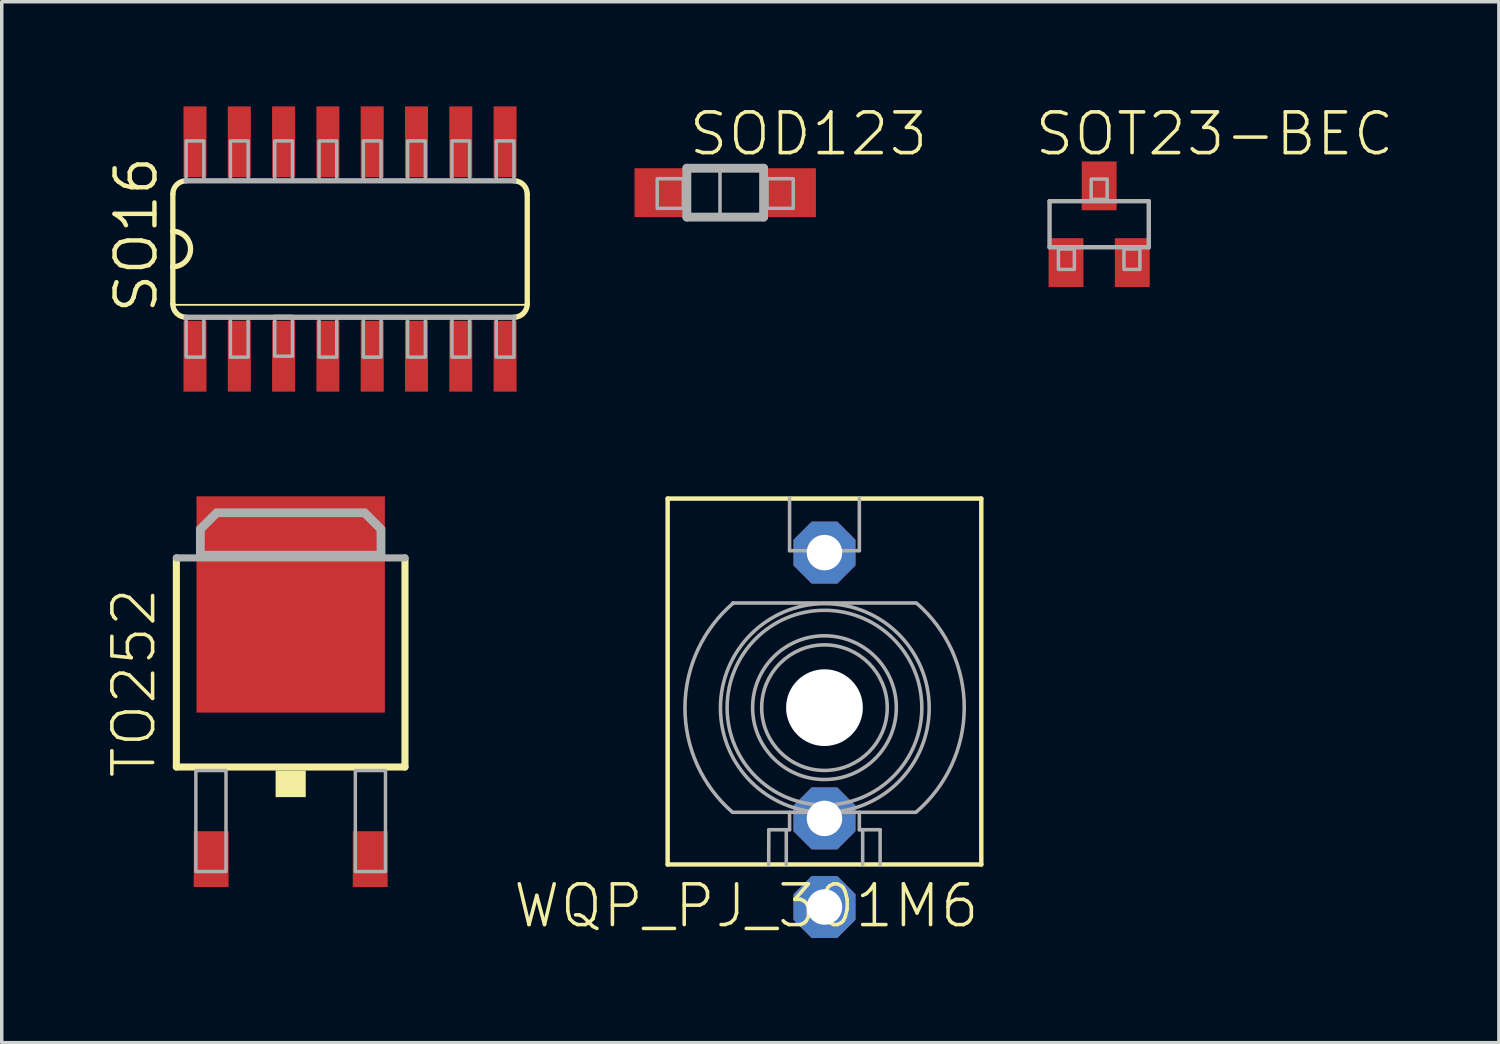
<source format=kicad_pcb>
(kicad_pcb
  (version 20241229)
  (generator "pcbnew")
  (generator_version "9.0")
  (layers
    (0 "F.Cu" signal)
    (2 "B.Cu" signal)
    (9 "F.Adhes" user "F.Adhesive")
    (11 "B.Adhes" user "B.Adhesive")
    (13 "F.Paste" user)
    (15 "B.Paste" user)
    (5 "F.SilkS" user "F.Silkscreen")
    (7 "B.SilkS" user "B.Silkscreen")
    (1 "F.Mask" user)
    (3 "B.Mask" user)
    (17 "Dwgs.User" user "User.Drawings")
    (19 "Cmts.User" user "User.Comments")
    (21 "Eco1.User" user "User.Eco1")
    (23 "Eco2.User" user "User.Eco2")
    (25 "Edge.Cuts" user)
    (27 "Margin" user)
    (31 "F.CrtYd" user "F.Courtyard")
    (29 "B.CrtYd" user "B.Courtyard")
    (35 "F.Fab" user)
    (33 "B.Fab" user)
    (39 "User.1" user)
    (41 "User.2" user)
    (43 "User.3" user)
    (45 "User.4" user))
  (footprint "SOD123"
    (layer "F.Cu")
    (at 17.741 2.473)
    (property "Reference" "SOD123" (at -1.1 -1 0) (layer "F.SilkS") (effects (font (size 1.168 1.168) (thickness 0.102)) (justify left bottom)))
    (fp_line (start -1.1 -0.7) (end 1.1 -0.7) (stroke (width 0.254) (type solid)) (layer "F.Fab"))
    (fp_line (start -1.1 0.7) (end -1.1 -0.7) (stroke (width 0.254) (type solid)) (layer "F.Fab"))
    (fp_line (start 1.1 -0.7) (end 1.1 0.7) (stroke (width 0.254) (type solid)) (layer "F.Fab"))
    (fp_line (start 1.1 0.7) (end -1.1 0.7) (stroke (width 0.254) (type solid)) (layer "F.Fab"))
    (fp_poly (pts (xy -1.95 0.45) (xy -1.2 0.45) (xy -1.2 -0.4) (xy -1.95 -0.4)) (stroke (width 0.1) (type solid)) (fill no) (layer "F.Fab"))
    (fp_poly (pts (xy -1.05 0.65) (xy -0.15 0.65) (xy -0.15 -0.7) (xy -1.05 -0.7)) (stroke (width 0.1) (type solid)) (fill no) (layer "F.Fab"))
    (fp_poly (pts (xy 1.2 0.45) (xy 1.95 0.45) (xy 1.95 -0.4) (xy 1.2 -0.4)) (stroke (width 0.1) (type solid)) (fill no) (layer "F.Fab"))
    (pad "A" smd rect (at 1.9 0) (size 1.4 1.4) (layers "F.Cu" "F.Mask" "F.Paste"))
    (pad "C" smd rect (at -1.9 0) (size 1.4 1.4) (layers "F.Cu" "F.Mask" "F.Paste")))
  (footprint "SOT23-BEC"
    (layer "F.Cu")
    (at 28.461 3.378)
    (property "Reference" "SOT23-BEC" (at -1.905 -1.905 0) (layer "F.SilkS") (effects (font (size 1.168 1.168) (thickness 0.102)) (justify left bottom)))
    (fp_line (start -1.422 -0.66) (end 1.422 -0.66) (stroke (width 0.127) (type solid)) (layer "F.Fab"))
    (fp_line (start -1.422 0.66) (end -1.422 -0.66) (stroke (width 0.127) (type solid)) (layer "F.Fab"))
    (fp_line (start 1.422 -0.66) (end 1.422 0.66) (stroke (width 0.127) (type solid)) (layer "F.Fab"))
    (fp_line (start 1.422 0.66) (end -1.422 0.66) (stroke (width 0.127) (type solid)) (layer "F.Fab"))
    (fp_poly (pts (xy -1.168 1.295) (xy -0.711 1.295) (xy -0.711 0.711) (xy -1.168 0.711)) (stroke (width 0.1) (type solid)) (fill no) (layer "F.Fab"))
    (fp_poly (pts (xy -0.229 -0.711) (xy 0.229 -0.711) (xy 0.229 -1.295) (xy -0.229 -1.295)) (stroke (width 0.1) (type solid)) (fill no) (layer "F.Fab"))
    (fp_poly (pts (xy 0.711 1.295) (xy 1.168 1.295) (xy 1.168 0.711) (xy 0.711 0.711)) (stroke (width 0.1) (type solid)) (fill no) (layer "F.Fab"))
    (pad "B" smd rect (at -0.95 1.1) (size 1 1.4) (layers "F.Cu" "F.Mask" "F.Paste"))
    (pad "C" smd rect (at 0 -1.1) (size 1 1.4) (layers "F.Cu" "F.Mask" "F.Paste"))
    (pad "E" smd rect (at 0.95 1.1) (size 1 1.4) (layers "F.Cu" "F.Mask" "F.Paste")))
  (footprint "WQP_PJ_301M6"
    (layer "F.Cu")
    (at 20.586 17.237)
    (property "Reference" "WQP_PJ_301M6" (at 4.5 5 0) (layer "F.SilkS") (effects (font (size 1.168 1.168) (thickness 0.102)) (justify right top)))
    (fp_line (start -4.496 -5.994) (end 4.496 -5.994) (stroke (width 0.127) (type solid)) (layer "F.SilkS"))
    (fp_line (start -4.496 4.496) (end -4.496 -5.994) (stroke (width 0.127) (type solid)) (layer "F.SilkS"))
    (fp_line (start 4.496 -5.994) (end 4.496 4.496) (stroke (width 0.127) (type solid)) (layer "F.SilkS"))
    (fp_line (start 4.496 4.496) (end -4.496 4.496) (stroke (width 0.127) (type solid)) (layer "F.SilkS"))
    (fp_line (start -2.631 -3) (end 2.62 -3) (stroke (width 0.102) (type solid)) (layer "F.Fab"))
    (fp_line (start -2.631 3) (end 2.62 3) (stroke (width 0.102) (type solid)) (layer "F.Fab"))
    (fp_line (start -1.6 4.496) (end -1.595 3.5) (stroke (width 0.102) (type solid)) (layer "F.Fab"))
    (fp_line (start -1.595 3.5) (end -1.095 3.5) (stroke (width 0.102) (type solid)) (layer "F.Fab"))
    (fp_line (start -1.095 3.5) (end -1.095 4.5) (stroke (width 0.102) (type solid)) (layer "F.Fab"))
    (fp_line (start -1.095 3.5) (end -1 3.5) (stroke (width 0.102) (type solid)) (layer "F.Fab"))
    (fp_line (start -1 -4.5) (end -1 -6) (stroke (width 0.102) (type solid)) (layer "F.Fab"))
    (fp_line (start -1 0) (end 1 0) (stroke (width 0.102) (type solid)) (layer "F.Fab"))
    (fp_line (start -1 3.5) (end -1 3) (stroke (width 0.102) (type solid)) (layer "F.Fab"))
    (fp_line (start 0 -1) (end 0 1) (stroke (width 0.102) (type solid)) (layer "F.Fab"))
    (fp_line (start 1 -6) (end 1 -4.5) (stroke (width 0.102) (type solid)) (layer "F.Fab"))
    (fp_line (start 1 -4.5) (end -1 -4.5) (stroke (width 0.102) (type solid)) (layer "F.Fab"))
    (fp_line (start 1 3) (end 1 3.5) (stroke (width 0.102) (type solid)) (layer "F.Fab"))
    (fp_line (start 1 3.5) (end 1.095 3.5) (stroke (width 0.102) (type solid)) (layer "F.Fab"))
    (fp_line (start 1.095 3.5) (end 1.095 4.5) (stroke (width 0.102) (type solid)) (layer "F.Fab"))
    (fp_line (start 1.095 3.5) (end 1.595 3.5) (stroke (width 0.102) (type solid)) (layer "F.Fab"))
    (fp_line (start 1.595 3.5) (end 1.595 4.5) (stroke (width 0.102) (type solid)) (layer "F.Fab"))
    (fp_arc (start -2.641998 2.994) (mid -3.999529 -0.012791) (end -2.608 -3.004) (stroke (width 0.1016) (type solid)) (layer "F.Fab"))
    (fp_arc (start 2.642 -2.994) (mid 4.007235 0.003208) (end 2.628 2.994) (stroke (width 0.1016) (type solid)) (layer "F.Fab"))
    (fp_circle (center 0 0) (end 1.8 0) (stroke (width 0.102) (type solid)) (fill no) (layer "F.Fab"))
    (fp_circle (center 0 0) (end 2.06 0) (stroke (width 0.102) (type solid)) (fill no) (layer "F.Fab"))
    (fp_circle (center 0 0) (end 2.791 0) (stroke (width 0.102) (type solid)) (fill no) (layer "F.Fab"))
    (fp_circle (center 0.01 0.01) (end 3.002 0.01) (stroke (width 0.102) (type solid)) (fill no) (layer "F.Fab"))
    (pad "" np_thru_hole circle (at 0 0) (size 2.2 2.2) (drill 2.2) (layers "*.Cu" "*.Mask"))
    (pad "P1" thru_hole roundrect (at 0 5.715) (size 1.778 1.778) (drill 1.016) (layers "*.Cu" "*.Mask") (roundrect_rratio 0.25) (chamfer_ratio 0.293) (chamfer top_left top_right bottom_left bottom_right))
    (pad "P2" thru_hole roundrect (at 0 3.175) (size 1.778 1.778) (drill 1.016) (layers "*.Cu" "*.Mask") (roundrect_rratio 0.25) (chamfer_ratio 0.293) (chamfer top_left top_right bottom_left bottom_right))
    (pad "P3" thru_hole roundrect (at 0 -4.445) (size 1.778 1.778) (drill 1.016) (layers "*.Cu" "*.Mask") (roundrect_rratio 0.25) (chamfer_ratio 0.293) (chamfer top_left top_right bottom_left bottom_right)))
  (footprint "TO252"
    (layer "F.Cu")
    (at 5.283 16.779)
    (property "Reference" "TO252" (at -3.81 2.54 90) (layer "F.SilkS") (effects (font (size 1.168 1.168) (thickness 0.102)) (justify left bottom)))
    (fp_line (start -3.277 2.159) (end -3.277 -3.835) (stroke (width 0.203) (type solid)) (layer "F.SilkS"))
    (fp_line (start 3.277 -3.835) (end 3.277 2.159) (stroke (width 0.203) (type solid)) (layer "F.SilkS"))
    (fp_line (start 3.277 2.159) (end -3.277 2.159) (stroke (width 0.203) (type solid)) (layer "F.SilkS"))
    (fp_poly (pts (xy -0.432 3.023) (xy 0.432 3.023) (xy 0.432 2.261) (xy -0.432 2.261)) (stroke (width 0) (type solid)) (fill yes) (layer "F.SilkS"))
    (fp_line (start -3.277 -3.835) (end 3.277 -3.835) (stroke (width 0.203) (type solid)) (layer "F.Fab"))
    (fp_line (start -2.565 -4.648) (end -2.108 -5.105) (stroke (width 0.203) (type solid)) (layer "F.Fab"))
    (fp_line (start -2.565 -3.937) (end -2.565 -4.648) (stroke (width 0.203) (type solid)) (layer "F.Fab"))
    (fp_line (start -2.108 -5.105) (end 2.108 -5.105) (stroke (width 0.203) (type solid)) (layer "F.Fab"))
    (fp_line (start 2.108 -5.105) (end 2.565 -4.648) (stroke (width 0.203) (type solid)) (layer "F.Fab"))
    (fp_line (start 2.565 -4.648) (end 2.565 -3.937) (stroke (width 0.203) (type solid)) (layer "F.Fab"))
    (fp_line (start 2.565 -3.937) (end -2.565 -3.937) (stroke (width 0.203) (type solid)) (layer "F.Fab"))
    (fp_poly (pts (xy -2.718 5.156) (xy -1.854 5.156) (xy -1.854 2.261) (xy -2.718 2.261)) (stroke (width 0.1) (type solid)) (fill no) (layer "F.Fab"))
    (fp_poly (pts (xy 1.854 5.156) (xy 2.718 5.156) (xy 2.718 2.261) (xy 1.854 2.261)) (stroke (width 0.1) (type solid)) (fill no) (layer "F.Fab"))
    (fp_poly (pts (xy 2.665 -4.69) (xy 2.665 -3.837) (xy -2.665 -3.837) (xy -2.665 -4.69) (xy -2.15 -5.205) (xy 2.15 -5.205)) (stroke (width 0.1) (type solid)) (fill no) (layer "F.Fab"))
    (pad "1" smd rect (at -2.28 4.8) (size 1 1.6) (layers "F.Cu" "F.Mask" "F.Paste"))
    (pad "2" smd rect (at 2.28 4.8) (size 1 1.6) (layers "F.Cu" "F.Mask" "F.Paste"))
    (pad "3" smd rect (at 0 -2.5) (size 5.4 6.2) (layers "F.Cu" "F.Mask" "F.Paste")))
  (footprint "SO16"
    (layer "F.Cu")
    (at 6.985 4.089)
    (property "Reference" "SO16" (at -5.461 1.905 90) (layer "F.SilkS") (effects (font (size 1.143 1.143) (thickness 0.127)) (justify left bottom)))
    (fp_line (start -5.08 -1.575) (end -5.08 -0.508) (stroke (width 0.152) (type solid)) (layer "F.SilkS"))
    (fp_line (start -5.08 -0.508) (end -5.08 0.508) (stroke (width 0.152) (type solid)) (layer "F.SilkS"))
    (fp_line (start -5.08 0.508) (end -5.08 1.575) (stroke (width 0.152) (type solid)) (layer "F.SilkS"))
    (fp_line (start -5.08 1.6) (end 5.08 1.6) (stroke (width 0.051) (type solid)) (layer "F.SilkS"))
    (fp_line (start 5.08 1.575) (end 5.08 -1.575) (stroke (width 0.152) (type solid)) (layer "F.SilkS"))
    (fp_arc (start -5.08 -1.5748) (mid -4.968408 -1.844208) (end -4.699 -1.9558) (stroke (width 0.1524) (type solid)) (layer "F.SilkS"))
    (fp_arc (start -5.08 -0.508) (mid -4.572 0) (end -5.08 0.508) (stroke (width 0.1524) (type solid)) (layer "F.SilkS"))
    (fp_arc (start -4.699 1.9558) (mid -4.968408 1.844208) (end -5.08 1.5748) (stroke (width 0.1524) (type solid)) (layer "F.SilkS"))
    (fp_arc (start 4.699 -1.9558) (mid 4.968408 -1.844208) (end 5.08 -1.5748) (stroke (width 0.1524) (type solid)) (layer "F.SilkS"))
    (fp_arc (start 5.08 1.5748) (mid 4.968408 1.844208) (end 4.699 1.9558) (stroke (width 0.1524) (type solid)) (layer "F.SilkS"))
    (fp_line (start -4.699 1.956) (end 4.699 1.956) (stroke (width 0.152) (type solid)) (layer "F.Fab"))
    (fp_line (start 4.699 -1.956) (end -4.699 -1.956) (stroke (width 0.152) (type solid)) (layer "F.Fab"))
    (fp_poly (pts (xy -4.699 -1.956) (xy -4.191 -1.956) (xy -4.191 -3.099) (xy -4.699 -3.099)) (stroke (width 0.1) (type solid)) (fill no) (layer "F.Fab"))
    (fp_poly (pts (xy -4.699 3.099) (xy -4.191 3.099) (xy -4.191 1.956) (xy -4.699 1.956)) (stroke (width 0.1) (type solid)) (fill no) (layer "F.Fab"))
    (fp_poly (pts (xy -3.429 -1.956) (xy -2.921 -1.956) (xy -2.921 -3.099) (xy -3.429 -3.099)) (stroke (width 0.1) (type solid)) (fill no) (layer "F.Fab"))
    (fp_poly (pts (xy -3.429 3.099) (xy -2.921 3.099) (xy -2.921 1.956) (xy -3.429 1.956)) (stroke (width 0.1) (type solid)) (fill no) (layer "F.Fab"))
    (fp_poly (pts (xy -2.159 -1.956) (xy -1.651 -1.956) (xy -1.651 -3.099) (xy -2.159 -3.099)) (stroke (width 0.1) (type solid)) (fill no) (layer "F.Fab"))
    (fp_poly (pts (xy -2.159 3.073) (xy -1.651 3.073) (xy -1.651 1.93) (xy -2.159 1.93)) (stroke (width 0.1) (type solid)) (fill no) (layer "F.Fab"))
    (fp_poly (pts (xy -0.889 -1.956) (xy -0.381 -1.956) (xy -0.381 -3.099) (xy -0.889 -3.099)) (stroke (width 0.1) (type solid)) (fill no) (layer "F.Fab"))
    (fp_poly (pts (xy -0.889 3.099) (xy -0.381 3.099) (xy -0.381 1.956) (xy -0.889 1.956)) (stroke (width 0.1) (type solid)) (fill no) (layer "F.Fab"))
    (fp_poly (pts (xy 0.381 -1.956) (xy 0.889 -1.956) (xy 0.889 -3.099) (xy 0.381 -3.099)) (stroke (width 0.1) (type solid)) (fill no) (layer "F.Fab"))
    (fp_poly (pts (xy 0.381 3.099) (xy 0.889 3.099) (xy 0.889 1.956) (xy 0.381 1.956)) (stroke (width 0.1) (type solid)) (fill no) (layer "F.Fab"))
    (fp_poly (pts (xy 1.651 -1.956) (xy 2.159 -1.956) (xy 2.159 -3.099) (xy 1.651 -3.099)) (stroke (width 0.1) (type solid)) (fill no) (layer "F.Fab"))
    (fp_poly (pts (xy 1.651 3.099) (xy 2.159 3.099) (xy 2.159 1.956) (xy 1.651 1.956)) (stroke (width 0.1) (type solid)) (fill no) (layer "F.Fab"))
    (fp_poly (pts (xy 2.921 -1.956) (xy 3.429 -1.956) (xy 3.429 -3.099) (xy 2.921 -3.099)) (stroke (width 0.1) (type solid)) (fill no) (layer "F.Fab"))
    (fp_poly (pts (xy 2.921 3.099) (xy 3.429 3.099) (xy 3.429 1.956) (xy 2.921 1.956)) (stroke (width 0.1) (type solid)) (fill no) (layer "F.Fab"))
    (fp_poly (pts (xy 4.191 -1.956) (xy 4.699 -1.956) (xy 4.699 -3.099) (xy 4.191 -3.099)) (stroke (width 0.1) (type solid)) (fill no) (layer "F.Fab"))
    (fp_poly (pts (xy 4.191 3.099) (xy 4.699 3.099) (xy 4.699 1.956) (xy 4.191 1.956)) (stroke (width 0.1) (type solid)) (fill no) (layer "F.Fab"))
    (pad "1" smd rect (at -4.445 3.073) (size 0.66 2.032) (layers "F.Cu" "F.Mask" "F.Paste"))
    (pad "2" smd rect (at -3.175 3.073) (size 0.66 2.032) (layers "F.Cu" "F.Mask" "F.Paste"))
    (pad "3" smd rect (at -1.905 3.073) (size 0.66 2.032) (layers "F.Cu" "F.Mask" "F.Paste"))
    (pad "4" smd rect (at -0.635 3.073) (size 0.66 2.032) (layers "F.Cu" "F.Mask" "F.Paste"))
    (pad "5" smd rect (at 0.635 3.073) (size 0.66 2.032) (layers "F.Cu" "F.Mask" "F.Paste"))
    (pad "6" smd rect (at 1.905 3.073) (size 0.66 2.032) (layers "F.Cu" "F.Mask" "F.Paste"))
    (pad "7" smd rect (at 3.175 3.073) (size 0.66 2.032) (layers "F.Cu" "F.Mask" "F.Paste"))
    (pad "8" smd rect (at 4.445 3.073) (size 0.66 2.032) (layers "F.Cu" "F.Mask" "F.Paste"))
    (pad "9" smd rect (at 4.445 -3.073) (size 0.66 2.032) (layers "F.Cu" "F.Mask" "F.Paste"))
    (pad "10" smd rect (at 3.175 -3.073) (size 0.66 2.032) (layers "F.Cu" "F.Mask" "F.Paste"))
    (pad "11" smd rect (at 1.905 -3.073) (size 0.66 2.032) (layers "F.Cu" "F.Mask" "F.Paste"))
    (pad "12" smd rect (at 0.635 -3.073) (size 0.66 2.032) (layers "F.Cu" "F.Mask" "F.Paste"))
    (pad "13" smd rect (at -0.635 -3.073) (size 0.66 2.032) (layers "F.Cu" "F.Mask" "F.Paste"))
    (pad "14" smd rect (at -1.905 -3.073) (size 0.66 2.032) (layers "F.Cu" "F.Mask" "F.Paste"))
    (pad "15" smd rect (at -3.175 -3.073) (size 0.66 2.032) (layers "F.Cu" "F.Mask" "F.Paste"))
    (pad "16" smd rect (at -4.445 -3.073) (size 0.66 2.032) (layers "F.Cu" "F.Mask" "F.Paste")))
  (gr_rect
    (start -3 -3)
    (end 39.92 26.841)
    (stroke (width 0.1) (type default))
    (fill no)
    (layer "Edge.Cuts")))
</source>
